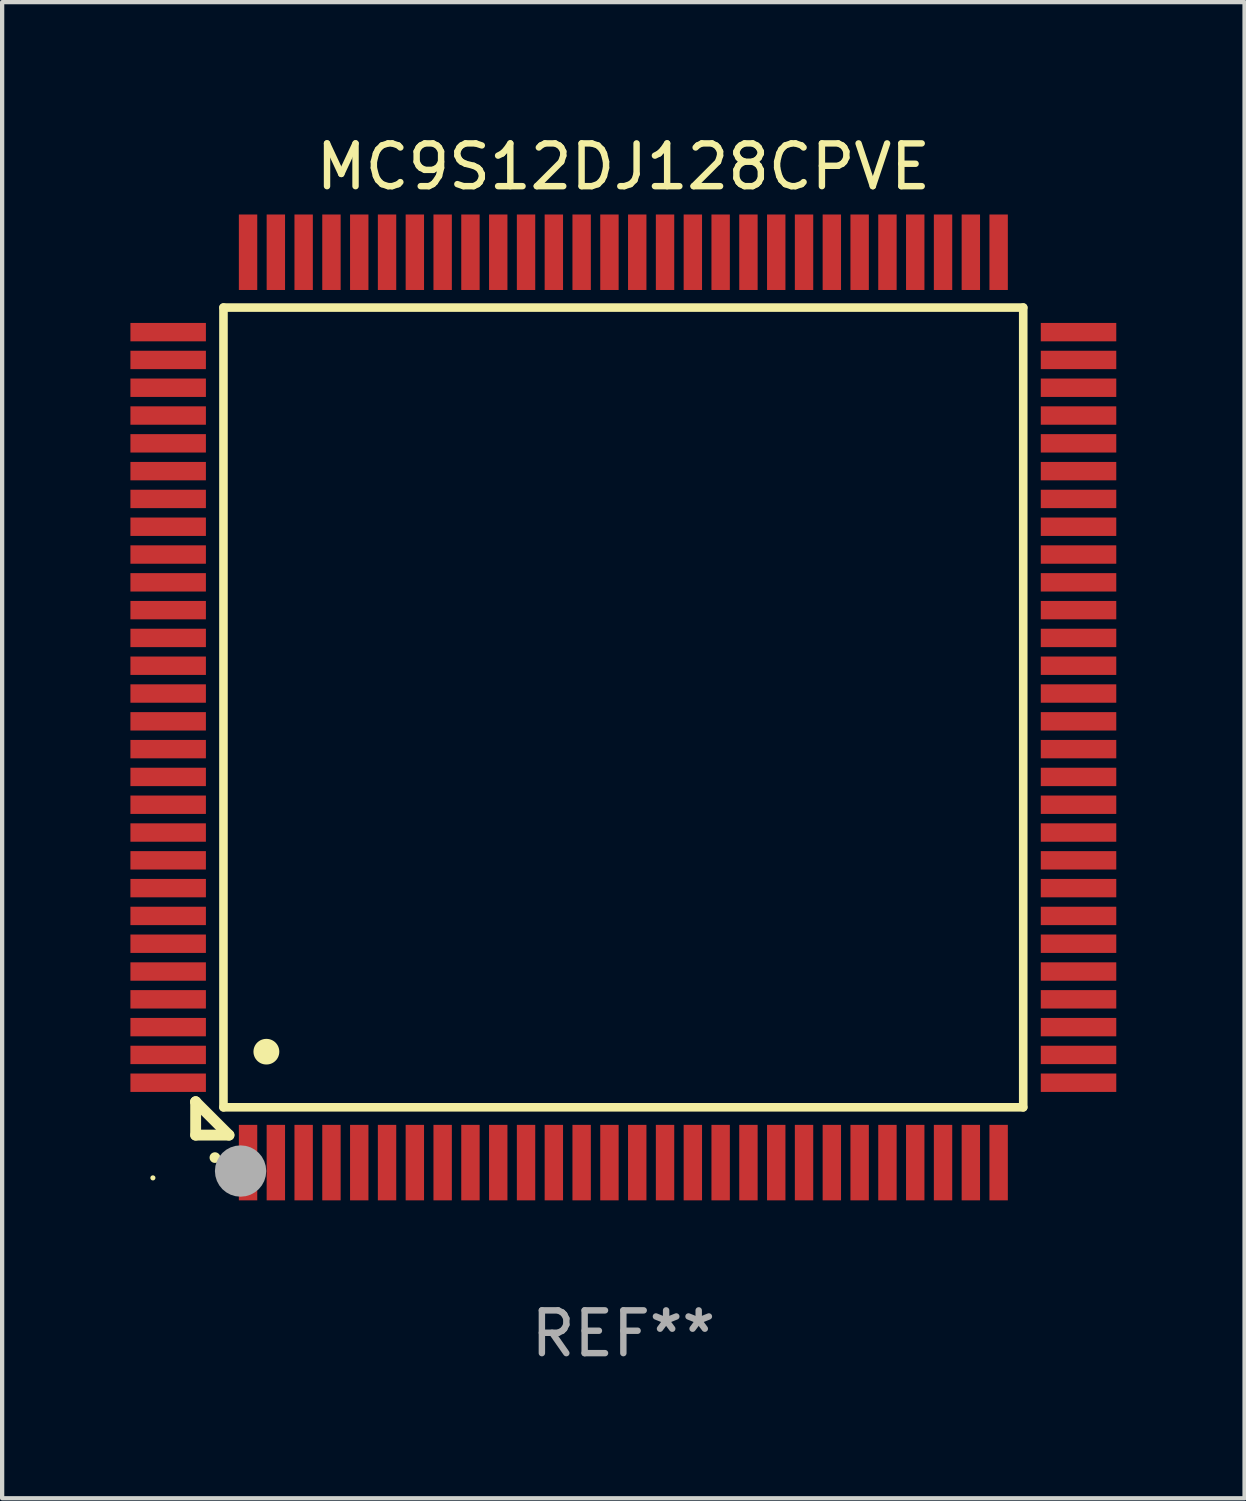
<source format=kicad_pcb>
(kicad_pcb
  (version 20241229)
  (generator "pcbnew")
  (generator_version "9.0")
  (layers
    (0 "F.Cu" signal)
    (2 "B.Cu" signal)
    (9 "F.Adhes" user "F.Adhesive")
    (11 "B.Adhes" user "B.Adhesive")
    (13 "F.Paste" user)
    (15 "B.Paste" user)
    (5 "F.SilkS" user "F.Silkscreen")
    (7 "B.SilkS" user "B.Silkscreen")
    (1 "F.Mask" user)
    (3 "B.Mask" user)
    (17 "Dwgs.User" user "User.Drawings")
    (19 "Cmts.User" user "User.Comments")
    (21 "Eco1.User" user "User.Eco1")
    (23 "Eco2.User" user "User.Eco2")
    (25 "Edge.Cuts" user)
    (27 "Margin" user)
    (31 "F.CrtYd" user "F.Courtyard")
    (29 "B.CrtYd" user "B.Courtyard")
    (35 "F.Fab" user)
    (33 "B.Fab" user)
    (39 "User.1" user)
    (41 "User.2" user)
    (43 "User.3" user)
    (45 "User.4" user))
  (footprint "MC9S12DJ128CPVE"
    (layer "F.Cu")
    (at 11.525 13.491)
    (property "Reference" "MC9S12DJ128CPVE" (at 0 -12.643 0) (layer "F.SilkS") (effects (font (size 1 1) (thickness 0.15))))
    (attr through_hole)
    (fp_line (start -10 9.221) (end -10 9.221) (stroke (width 0.254) (type solid)) (layer "F.SilkS"))
    (fp_line (start -10 9.221) (end -10 10) (stroke (width 0.254) (type solid)) (layer "F.SilkS"))
    (fp_line (start -10 9.221) (end -9.221 10) (stroke (width 0.254) (type solid)) (layer "F.SilkS"))
    (fp_line (start -10 10) (end -9.221 10) (stroke (width 0.254) (type solid)) (layer "F.SilkS"))
    (fp_line (start -9.35 -9.35) (end -9.35 9.35) (stroke (width 0.201) (type solid)) (layer "F.SilkS"))
    (fp_line (start -9.35 9.35) (end 9.35 9.35) (stroke (width 0.201) (type solid)) (layer "F.SilkS"))
    (fp_line (start 9.35 -9.35) (end -9.35 -9.35) (stroke (width 0.201) (type solid)) (layer "F.SilkS"))
    (fp_line (start 9.35 9.35) (end 9.35 -9.35) (stroke (width 0.201) (type solid)) (layer "F.SilkS"))
    (fp_arc (start -9.550546 10.525832) (mid -9.549276 10.525826) (end -9.548006 10.525832) (stroke (width 0.24892) (type solid)) (layer "F.SilkS"))
    (fp_arc (start -8.349124 8.049327) (mid -8.346584 8.049316) (end -8.344044 8.049327) (stroke (width 0.599441) (type solid)) (layer "F.SilkS"))
    (fp_circle (center -11 11) (end -10.97 11) (stroke (width 0.06) (type solid)) (fill no) (layer "F.SilkS"))
    (fp_circle (center -8.95 10.84) (end -8.65 10.84) (stroke (width 0.6) (type solid)) (fill no) (layer "F.Fab"))
    (fp_text user "REF**" (at 0 14.643 0) (layer "F.Fab") (effects (font (size 1 1) (thickness 0.15))))
    (pad "1" smd rect (at -8.775 10.643) (size 0.43 1.765) (layers "F.Cu" "F.Mask" "F.Paste"))
    (pad "2" smd rect (at -8.125 10.643) (size 0.43 1.765) (layers "F.Cu" "F.Mask" "F.Paste"))
    (pad "3" smd rect (at -7.475 10.643) (size 0.43 1.765) (layers "F.Cu" "F.Mask" "F.Paste"))
    (pad "4" smd rect (at -6.825 10.643) (size 0.43 1.765) (layers "F.Cu" "F.Mask" "F.Paste"))
    (pad "5" smd rect (at -6.175 10.643) (size 0.43 1.765) (layers "F.Cu" "F.Mask" "F.Paste"))
    (pad "6" smd rect (at -5.525 10.643) (size 0.43 1.765) (layers "F.Cu" "F.Mask" "F.Paste"))
    (pad "7" smd rect (at -4.875 10.643) (size 0.43 1.765) (layers "F.Cu" "F.Mask" "F.Paste"))
    (pad "8" smd rect (at -4.225 10.643) (size 0.43 1.765) (layers "F.Cu" "F.Mask" "F.Paste"))
    (pad "9" smd rect (at -3.575 10.643) (size 0.43 1.765) (layers "F.Cu" "F.Mask" "F.Paste"))
    (pad "10" smd rect (at -2.925 10.643) (size 0.43 1.765) (layers "F.Cu" "F.Mask" "F.Paste"))
    (pad "11" smd rect (at -2.275 10.643) (size 0.43 1.765) (layers "F.Cu" "F.Mask" "F.Paste"))
    (pad "12" smd rect (at -1.625 10.643) (size 0.43 1.765) (layers "F.Cu" "F.Mask" "F.Paste"))
    (pad "13" smd rect (at -0.975 10.643) (size 0.43 1.765) (layers "F.Cu" "F.Mask" "F.Paste"))
    (pad "14" smd rect (at -0.325 10.643) (size 0.43 1.765) (layers "F.Cu" "F.Mask" "F.Paste"))
    (pad "15" smd rect (at 0.325 10.643) (size 0.43 1.765) (layers "F.Cu" "F.Mask" "F.Paste"))
    (pad "16" smd rect (at 0.975 10.643) (size 0.43 1.765) (layers "F.Cu" "F.Mask" "F.Paste"))
    (pad "17" smd rect (at 1.625 10.643) (size 0.43 1.765) (layers "F.Cu" "F.Mask" "F.Paste"))
    (pad "18" smd rect (at 2.275 10.643) (size 0.43 1.765) (layers "F.Cu" "F.Mask" "F.Paste"))
    (pad "19" smd rect (at 2.925 10.643) (size 0.43 1.765) (layers "F.Cu" "F.Mask" "F.Paste"))
    (pad "20" smd rect (at 3.575 10.643) (size 0.43 1.765) (layers "F.Cu" "F.Mask" "F.Paste"))
    (pad "21" smd rect (at 4.225 10.643) (size 0.43 1.765) (layers "F.Cu" "F.Mask" "F.Paste"))
    (pad "22" smd rect (at 4.875 10.643) (size 0.43 1.765) (layers "F.Cu" "F.Mask" "F.Paste"))
    (pad "23" smd rect (at 5.525 10.643) (size 0.43 1.765) (layers "F.Cu" "F.Mask" "F.Paste"))
    (pad "24" smd rect (at 6.175 10.643) (size 0.43 1.765) (layers "F.Cu" "F.Mask" "F.Paste"))
    (pad "25" smd rect (at 6.825 10.643) (size 0.43 1.765) (layers "F.Cu" "F.Mask" "F.Paste"))
    (pad "26" smd rect (at 7.475 10.643) (size 0.43 1.765) (layers "F.Cu" "F.Mask" "F.Paste"))
    (pad "27" smd rect (at 8.125 10.643) (size 0.43 1.765) (layers "F.Cu" "F.Mask" "F.Paste"))
    (pad "28" smd rect (at 8.775 10.643) (size 0.43 1.765) (layers "F.Cu" "F.Mask" "F.Paste"))
    (pad "29" smd rect (at 10.643 8.775) (size 1.765 0.43) (layers "F.Cu" "F.Mask" "F.Paste"))
    (pad "30" smd rect (at 10.643 8.125) (size 1.765 0.43) (layers "F.Cu" "F.Mask" "F.Paste"))
    (pad "31" smd rect (at 10.643 7.475) (size 1.765 0.43) (layers "F.Cu" "F.Mask" "F.Paste"))
    (pad "32" smd rect (at 10.643 6.825) (size 1.765 0.43) (layers "F.Cu" "F.Mask" "F.Paste"))
    (pad "33" smd rect (at 10.643 6.175) (size 1.765 0.43) (layers "F.Cu" "F.Mask" "F.Paste"))
    (pad "34" smd rect (at 10.643 5.525) (size 1.765 0.43) (layers "F.Cu" "F.Mask" "F.Paste"))
    (pad "35" smd rect (at 10.643 4.875) (size 1.765 0.43) (layers "F.Cu" "F.Mask" "F.Paste"))
    (pad "36" smd rect (at 10.643 4.225) (size 1.765 0.43) (layers "F.Cu" "F.Mask" "F.Paste"))
    (pad "37" smd rect (at 10.643 3.575) (size 1.765 0.43) (layers "F.Cu" "F.Mask" "F.Paste"))
    (pad "38" smd rect (at 10.643 2.925) (size 1.765 0.43) (layers "F.Cu" "F.Mask" "F.Paste"))
    (pad "39" smd rect (at 10.643 2.275) (size 1.765 0.43) (layers "F.Cu" "F.Mask" "F.Paste"))
    (pad "40" smd rect (at 10.643 1.625) (size 1.765 0.43) (layers "F.Cu" "F.Mask" "F.Paste"))
    (pad "41" smd rect (at 10.643 0.975) (size 1.765 0.43) (layers "F.Cu" "F.Mask" "F.Paste"))
    (pad "42" smd rect (at 10.643 0.325) (size 1.765 0.43) (layers "F.Cu" "F.Mask" "F.Paste"))
    (pad "43" smd rect (at 10.643 -0.325) (size 1.765 0.43) (layers "F.Cu" "F.Mask" "F.Paste"))
    (pad "44" smd rect (at 10.643 -0.975) (size 1.765 0.43) (layers "F.Cu" "F.Mask" "F.Paste"))
    (pad "45" smd rect (at 10.643 -1.625) (size 1.765 0.43) (layers "F.Cu" "F.Mask" "F.Paste"))
    (pad "46" smd rect (at 10.643 -2.275) (size 1.765 0.43) (layers "F.Cu" "F.Mask" "F.Paste"))
    (pad "47" smd rect (at 10.643 -2.925) (size 1.765 0.43) (layers "F.Cu" "F.Mask" "F.Paste"))
    (pad "48" smd rect (at 10.643 -3.575) (size 1.765 0.43) (layers "F.Cu" "F.Mask" "F.Paste"))
    (pad "49" smd rect (at 10.643 -4.225) (size 1.765 0.43) (layers "F.Cu" "F.Mask" "F.Paste"))
    (pad "50" smd rect (at 10.643 -4.875) (size 1.765 0.43) (layers "F.Cu" "F.Mask" "F.Paste"))
    (pad "51" smd rect (at 10.643 -5.525) (size 1.765 0.43) (layers "F.Cu" "F.Mask" "F.Paste"))
    (pad "52" smd rect (at 10.643 -6.175) (size 1.765 0.43) (layers "F.Cu" "F.Mask" "F.Paste"))
    (pad "53" smd rect (at 10.643 -6.825) (size 1.765 0.43) (layers "F.Cu" "F.Mask" "F.Paste"))
    (pad "54" smd rect (at 10.643 -7.475) (size 1.765 0.43) (layers "F.Cu" "F.Mask" "F.Paste"))
    (pad "55" smd rect (at 10.643 -8.125) (size 1.765 0.43) (layers "F.Cu" "F.Mask" "F.Paste"))
    (pad "56" smd rect (at 10.643 -8.775) (size 1.765 0.43) (layers "F.Cu" "F.Mask" "F.Paste"))
    (pad "57" smd rect (at 8.775 -10.643) (size 0.43 1.765) (layers "F.Cu" "F.Mask" "F.Paste"))
    (pad "58" smd rect (at 8.125 -10.643) (size 0.43 1.765) (layers "F.Cu" "F.Mask" "F.Paste"))
    (pad "59" smd rect (at 7.475 -10.643) (size 0.43 1.765) (layers "F.Cu" "F.Mask" "F.Paste"))
    (pad "60" smd rect (at 6.825 -10.643) (size 0.43 1.765) (layers "F.Cu" "F.Mask" "F.Paste"))
    (pad "61" smd rect (at 6.175 -10.643) (size 0.43 1.765) (layers "F.Cu" "F.Mask" "F.Paste"))
    (pad "62" smd rect (at 5.525 -10.643) (size 0.43 1.765) (layers "F.Cu" "F.Mask" "F.Paste"))
    (pad "63" smd rect (at 4.875 -10.643) (size 0.43 1.765) (layers "F.Cu" "F.Mask" "F.Paste"))
    (pad "64" smd rect (at 4.225 -10.643) (size 0.43 1.765) (layers "F.Cu" "F.Mask" "F.Paste"))
    (pad "65" smd rect (at 3.575 -10.643) (size 0.43 1.765) (layers "F.Cu" "F.Mask" "F.Paste"))
    (pad "66" smd rect (at 2.925 -10.643) (size 0.43 1.765) (layers "F.Cu" "F.Mask" "F.Paste"))
    (pad "67" smd rect (at 2.275 -10.643) (size 0.43 1.765) (layers "F.Cu" "F.Mask" "F.Paste"))
    (pad "68" smd rect (at 1.625 -10.643) (size 0.43 1.765) (layers "F.Cu" "F.Mask" "F.Paste"))
    (pad "69" smd rect (at 0.975 -10.643) (size 0.43 1.765) (layers "F.Cu" "F.Mask" "F.Paste"))
    (pad "70" smd rect (at 0.325 -10.643) (size 0.43 1.765) (layers "F.Cu" "F.Mask" "F.Paste"))
    (pad "71" smd rect (at -0.325 -10.643) (size 0.43 1.765) (layers "F.Cu" "F.Mask" "F.Paste"))
    (pad "72" smd rect (at -0.975 -10.643) (size 0.43 1.765) (layers "F.Cu" "F.Mask" "F.Paste"))
    (pad "73" smd rect (at -1.625 -10.643) (size 0.43 1.765) (layers "F.Cu" "F.Mask" "F.Paste"))
    (pad "74" smd rect (at -2.275 -10.643) (size 0.43 1.765) (layers "F.Cu" "F.Mask" "F.Paste"))
    (pad "75" smd rect (at -2.925 -10.643) (size 0.43 1.765) (layers "F.Cu" "F.Mask" "F.Paste"))
    (pad "76" smd rect (at -3.575 -10.643) (size 0.43 1.765) (layers "F.Cu" "F.Mask" "F.Paste"))
    (pad "77" smd rect (at -4.225 -10.643) (size 0.43 1.765) (layers "F.Cu" "F.Mask" "F.Paste"))
    (pad "78" smd rect (at -4.875 -10.643) (size 0.43 1.765) (layers "F.Cu" "F.Mask" "F.Paste"))
    (pad "79" smd rect (at -5.525 -10.643) (size 0.43 1.765) (layers "F.Cu" "F.Mask" "F.Paste"))
    (pad "80" smd rect (at -6.175 -10.643) (size 0.43 1.765) (layers "F.Cu" "F.Mask" "F.Paste"))
    (pad "81" smd rect (at -6.825 -10.643) (size 0.43 1.765) (layers "F.Cu" "F.Mask" "F.Paste"))
    (pad "82" smd rect (at -7.475 -10.643) (size 0.43 1.765) (layers "F.Cu" "F.Mask" "F.Paste"))
    (pad "83" smd rect (at -8.125 -10.643) (size 0.43 1.765) (layers "F.Cu" "F.Mask" "F.Paste"))
    (pad "84" smd rect (at -8.775 -10.643) (size 0.43 1.765) (layers "F.Cu" "F.Mask" "F.Paste"))
    (pad "85" smd rect (at -10.643 -8.775) (size 1.765 0.43) (layers "F.Cu" "F.Mask" "F.Paste"))
    (pad "86" smd rect (at -10.643 -8.125) (size 1.765 0.43) (layers "F.Cu" "F.Mask" "F.Paste"))
    (pad "87" smd rect (at -10.643 -7.475) (size 1.765 0.43) (layers "F.Cu" "F.Mask" "F.Paste"))
    (pad "88" smd rect (at -10.643 -6.825) (size 1.765 0.43) (layers "F.Cu" "F.Mask" "F.Paste"))
    (pad "89" smd rect (at -10.643 -6.175) (size 1.765 0.43) (layers "F.Cu" "F.Mask" "F.Paste"))
    (pad "90" smd rect (at -10.643 -5.525) (size 1.765 0.43) (layers "F.Cu" "F.Mask" "F.Paste"))
    (pad "91" smd rect (at -10.643 -4.875) (size 1.765 0.43) (layers "F.Cu" "F.Mask" "F.Paste"))
    (pad "92" smd rect (at -10.643 -4.225) (size 1.765 0.43) (layers "F.Cu" "F.Mask" "F.Paste"))
    (pad "93" smd rect (at -10.643 -3.575) (size 1.765 0.43) (layers "F.Cu" "F.Mask" "F.Paste"))
    (pad "94" smd rect (at -10.643 -2.925) (size 1.765 0.43) (layers "F.Cu" "F.Mask" "F.Paste"))
    (pad "95" smd rect (at -10.643 -2.275) (size 1.765 0.43) (layers "F.Cu" "F.Mask" "F.Paste"))
    (pad "96" smd rect (at -10.643 -1.625) (size 1.765 0.43) (layers "F.Cu" "F.Mask" "F.Paste"))
    (pad "97" smd rect (at -10.643 -0.975) (size 1.765 0.43) (layers "F.Cu" "F.Mask" "F.Paste"))
    (pad "98" smd rect (at -10.643 -0.325) (size 1.765 0.43) (layers "F.Cu" "F.Mask" "F.Paste"))
    (pad "99" smd rect (at -10.643 0.325) (size 1.765 0.43) (layers "F.Cu" "F.Mask" "F.Paste"))
    (pad "100" smd rect (at -10.643 0.975) (size 1.765 0.43) (layers "F.Cu" "F.Mask" "F.Paste"))
    (pad "101" smd rect (at -10.643 1.625) (size 1.765 0.43) (layers "F.Cu" "F.Mask" "F.Paste"))
    (pad "102" smd rect (at -10.643 2.275) (size 1.765 0.43) (layers "F.Cu" "F.Mask" "F.Paste"))
    (pad "103" smd rect (at -10.643 2.925) (size 1.765 0.43) (layers "F.Cu" "F.Mask" "F.Paste"))
    (pad "104" smd rect (at -10.643 3.575) (size 1.765 0.43) (layers "F.Cu" "F.Mask" "F.Paste"))
    (pad "105" smd rect (at -10.643 4.225) (size 1.765 0.43) (layers "F.Cu" "F.Mask" "F.Paste"))
    (pad "106" smd rect (at -10.643 4.875) (size 1.765 0.43) (layers "F.Cu" "F.Mask" "F.Paste"))
    (pad "107" smd rect (at -10.643 5.525) (size 1.765 0.43) (layers "F.Cu" "F.Mask" "F.Paste"))
    (pad "108" smd rect (at -10.643 6.175) (size 1.765 0.43) (layers "F.Cu" "F.Mask" "F.Paste"))
    (pad "109" smd rect (at -10.643 6.825) (size 1.765 0.43) (layers "F.Cu" "F.Mask" "F.Paste"))
    (pad "110" smd rect (at -10.643 7.475) (size 1.765 0.43) (layers "F.Cu" "F.Mask" "F.Paste"))
    (pad "111" smd rect (at -10.643 8.125) (size 1.765 0.43) (layers "F.Cu" "F.Mask" "F.Paste"))
    (pad "112" smd rect (at -10.643 8.775) (size 1.765 0.43) (layers "F.Cu" "F.Mask" "F.Paste")))
  (gr_rect
    (start -3 -3)
    (end 26.05 31.982)
    (stroke (width 0.1) (type default))
    (fill no)
    (layer "Edge.Cuts")))
</source>
